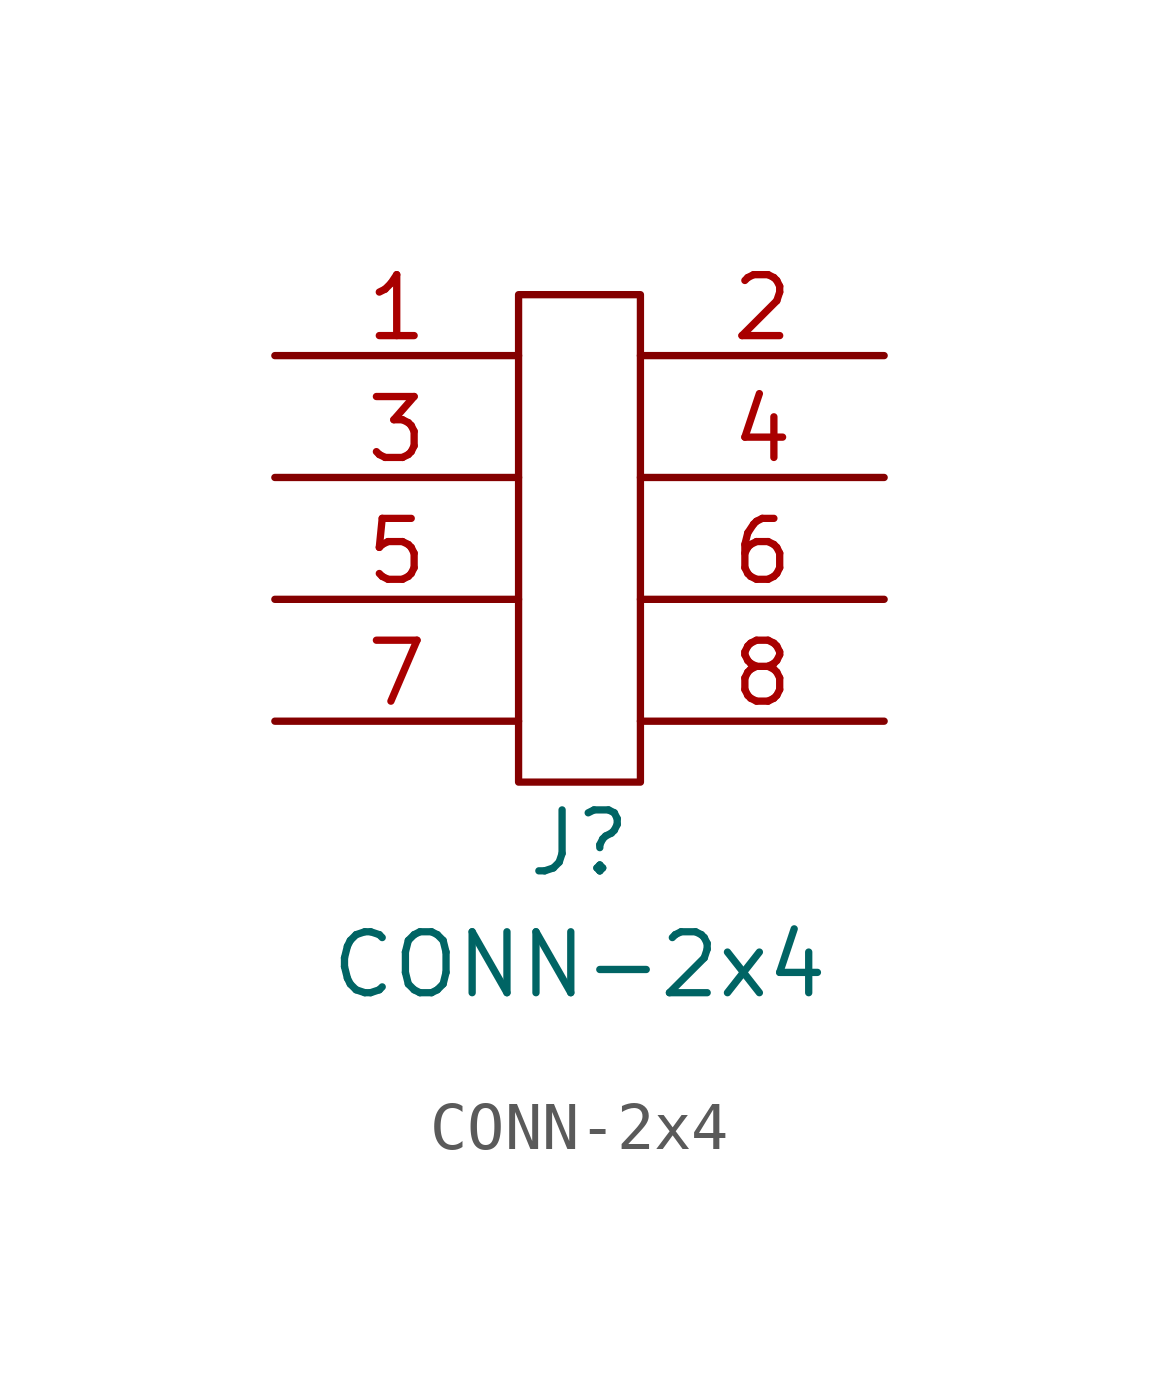
<source format=kicad_sym>
(kicad_symbol_lib
  (version 20211014)
  (generator kicad_symbol_editor)
  (symbol "CONN-2x4"
    (pin_names
      (offset 1.016))
    (property "Reference" "J"
      (at 0 -6.35 0)
      (effects (font (size 1.27 1.27))))
    (property "Value" "CONN-2x4"
      (at 0 -8.89 0)
      (effects (font (size 1.27 1.27))))
    (symbol "CONN-2x4_0_1"
      (rectangle (start -1.27 5.08) (end 1.27 -5.08) (stroke (width 0) (type default) (color 0 0 0 0)) (fill (type none))))
    (symbol "CONN-2x4_1_1"
      (pin passive line (at -6.35 3.81 0) (length 5.08) (name "~" (effects (font (size 1.27 1.27)))) (number "1" (effects (font (size 1.27 1.27)))))
      (pin passive line (at 6.35 3.81 180) (length 5.08) (name "~" (effects (font (size 1.27 1.27)))) (number "2" (effects (font (size 1.27 1.27)))))
      (pin passive line (at -6.35 1.27 0) (length 5.08) (name "~" (effects (font (size 1.27 1.27)))) (number "3" (effects (font (size 1.27 1.27)))))
      (pin passive line (at 6.35 1.27 180) (length 5.08) (name "~" (effects (font (size 1.27 1.27)))) (number "4" (effects (font (size 1.27 1.27)))))
      (pin passive line (at -6.35 -1.27 0) (length 5.08) (name "~" (effects (font (size 1.27 1.27)))) (number "5" (effects (font (size 1.27 1.27)))))
      (pin passive line (at 6.35 -1.27 180) (length 5.08) (name "~" (effects (font (size 1.27 1.27)))) (number "6" (effects (font (size 1.27 1.27)))))
      (pin passive line (at -6.35 -3.81 0) (length 5.08) (name "~" (effects (font (size 1.27 1.27)))) (number "7" (effects (font (size 1.27 1.27)))))
      (pin passive line (at 6.35 -3.81 180) (length 5.08) (name "~" (effects (font (size 1.27 1.27)))) (number "8" (effects (font (size 1.27 1.27))))))))
</source>
